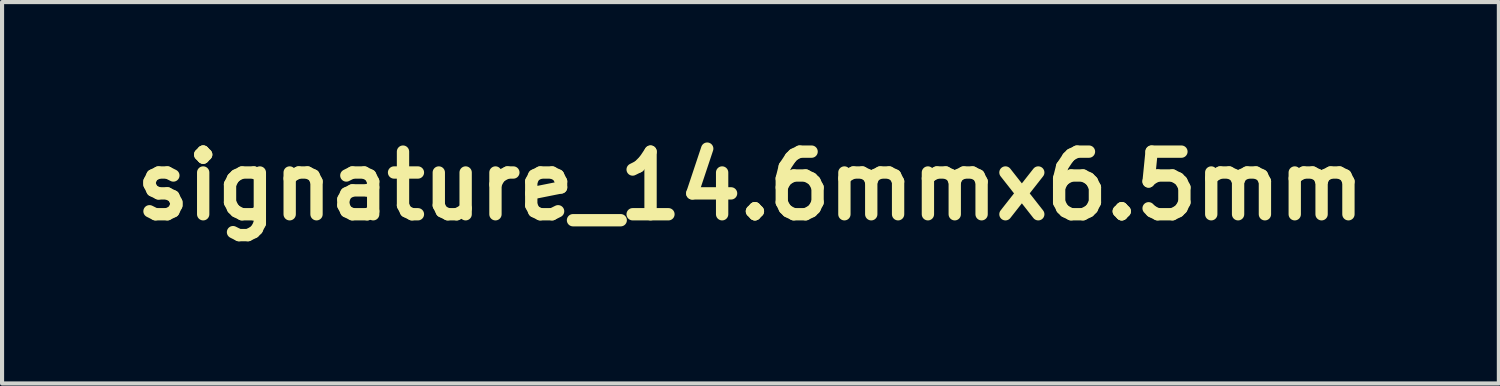
<source format=kicad_pcb>
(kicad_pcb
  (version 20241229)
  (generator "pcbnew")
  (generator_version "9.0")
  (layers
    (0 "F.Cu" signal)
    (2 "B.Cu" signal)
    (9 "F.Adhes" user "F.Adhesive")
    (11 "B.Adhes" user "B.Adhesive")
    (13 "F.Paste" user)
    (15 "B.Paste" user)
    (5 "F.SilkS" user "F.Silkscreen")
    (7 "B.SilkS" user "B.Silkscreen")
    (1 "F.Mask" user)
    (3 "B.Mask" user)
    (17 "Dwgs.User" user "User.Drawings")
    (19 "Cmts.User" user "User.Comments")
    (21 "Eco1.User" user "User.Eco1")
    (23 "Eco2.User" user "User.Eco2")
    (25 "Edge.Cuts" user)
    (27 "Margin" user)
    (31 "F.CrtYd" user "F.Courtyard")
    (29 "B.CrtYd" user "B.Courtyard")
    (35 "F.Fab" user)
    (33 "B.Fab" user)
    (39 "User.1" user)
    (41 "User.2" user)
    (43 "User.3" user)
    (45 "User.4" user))
  (footprint "signature_14.6mmx6.5mm"
    (layer "F.Cu")
    (at 15.211 1.474)
    (property "Reference" "signature_14.6mmx6.5mm" (at 0 0 0) (layer "F.SilkS") (effects (font (size 1.524 1.524) (thickness 0.3))))
    (attr through_hole)
    (fp_poly (pts (xy -2.731 0.794) (xy -2.737 0.8) (xy -2.743 0.794) (xy -2.737 0.787) (xy -2.731 0.794)) (stroke (width 0.01) (type solid)) (fill no) (layer "Eco2.User"))
    (fp_poly (pts (xy -2.603 0.78) (xy -2.611 0.796) (xy -2.623 0.808) (xy -2.637 0.819) (xy -2.642 0.815) (xy -2.633 0.798) (xy -2.623 0.787) (xy -2.607 0.778) (xy -2.603 0.78)) (stroke (width 0.01) (type solid)) (fill no) (layer "Eco2.User"))
    (fp_poly (pts (xy -1.006 -0.748) (xy -0.999 -0.731) (xy -0.994 -0.707) (xy -0.999 -0.688) (xy -1.02 -0.666) (xy -1.033 -0.655) (xy -1.06 -0.63) (xy -1.077 -0.61) (xy -1.08 -0.604) (xy -1.087 -0.588) (xy -1.107 -0.564) (xy -1.11 -0.56) (xy -1.158 -0.509) (xy -1.193 -0.471) (xy -1.218 -0.442) (xy -1.238 -0.417) (xy -1.249 -0.404) (xy -1.275 -0.372) (xy -1.31 -0.331) (xy -1.34 -0.298) (xy -1.374 -0.261) (xy -1.401 -0.226) (xy -1.417 -0.203) (xy -1.432 -0.182) (xy -1.463 -0.148) (xy -1.504 -0.105) (xy -1.552 -0.057) (xy -1.602 -0.008) (xy -1.65 0.037) (xy -1.693 0.076) (xy -1.725 0.102) (xy -1.727 0.104) (xy -1.758 0.129) (xy -1.799 0.164) (xy -1.842 0.203) (xy -1.848 0.209) (xy -1.89 0.248) (xy -1.932 0.283) (xy -1.965 0.309) (xy -1.968 0.312) (xy -2.012 0.342) (xy -2.041 0.366) (xy -2.061 0.391) (xy -2.079 0.422) (xy -2.084 0.431) (xy -2.095 0.456) (xy -2.104 0.485) (xy -2.111 0.522) (xy -2.116 0.572) (xy -2.12 0.641) (xy -2.122 0.678) (xy -2.128 0.786) (xy -2.136 0.871) (xy -2.144 0.936) (xy -2.154 0.982) (xy -2.166 1.014) (xy -2.172 1.024) (xy -2.201 1.056) (xy -2.237 1.091) (xy -2.275 1.125) (xy -2.308 1.15) (xy -2.33 1.163) (xy -2.353 1.172) (xy -2.391 1.189) (xy -2.439 1.211) (xy -2.459 1.221) (xy -2.548 1.259) (xy -2.634 1.289) (xy -2.713 1.31) (xy -2.781 1.319) (xy -2.833 1.316) (xy -2.845 1.313) (xy -2.903 1.288) (xy -2.955 1.259) (xy -2.992 1.229) (xy -2.998 1.222) (xy -3.016 1.179) (xy -3.015 1.155) (xy -2.972 1.155) (xy -2.97 1.195) (xy -2.962 1.218) (xy -2.945 1.233) (xy -2.937 1.237) (xy -2.893 1.255) (xy -2.859 1.251) (xy -2.839 1.237) (xy -2.823 1.217) (xy -2.824 1.199) (xy -2.843 1.176) (xy -2.85 1.169) (xy -2.877 1.128) (xy -2.885 1.095) (xy -2.894 1.059) (xy -2.91 1.045) (xy -2.929 1.048) (xy -2.948 1.067) (xy -2.963 1.099) (xy -2.971 1.141) (xy -2.972 1.155) (xy -3.015 1.155) (xy -3.014 1.126) (xy -2.992 1.065) (xy -2.951 0.999) (xy -2.919 0.959) (xy -2.872 0.906) (xy -2.839 0.87) (xy -2.817 0.848) (xy -2.803 0.836) (xy -2.794 0.833) (xy -2.786 0.836) (xy -2.781 0.839) (xy -2.77 0.849) (xy -2.782 0.856) (xy -2.788 0.858) (xy -2.807 0.872) (xy -2.826 0.896) (xy -2.84 0.924) (xy -2.843 0.944) (xy -2.841 0.948) (xy -2.824 0.948) (xy -2.797 0.933) (xy -2.765 0.907) (xy -2.744 0.886) (xy -2.715 0.859) (xy -2.696 0.854) (xy -2.69 0.868) (xy -2.698 0.9) (xy -2.71 0.925) (xy -2.73 0.971) (xy -2.752 1.026) (xy -2.771 1.083) (xy -2.786 1.134) (xy -2.793 1.172) (xy -2.794 1.18) (xy -2.792 1.195) (xy -2.782 1.204) (xy -2.76 1.208) (xy -2.72 1.209) (xy -2.681 1.208) (xy -2.641 1.201) (xy -2.588 1.184) (xy -2.529 1.16) (xy -2.471 1.131) (xy -2.419 1.102) (xy -2.381 1.074) (xy -2.366 1.059) (xy -2.344 1.03) (xy -2.314 0.993) (xy -2.299 0.975) (xy -2.254 0.923) (xy -2.25 0.754) (xy -2.249 0.684) (xy -2.249 0.636) (xy -2.251 0.605) (xy -2.256 0.587) (xy -2.263 0.578) (xy -2.267 0.576) (xy -2.292 0.579) (xy -2.311 0.594) (xy -2.34 0.614) (xy -2.378 0.627) (xy -2.378 0.627) (xy -2.416 0.642) (xy -2.453 0.669) (xy -2.458 0.674) (xy -2.487 0.699) (xy -2.523 0.725) (xy -2.56 0.747) (xy -2.588 0.76) (xy -2.597 0.762) (xy -2.602 0.751) (xy -2.603 0.731) (xy -2.607 0.708) (xy -2.622 0.706) (xy -2.626 0.708) (xy -2.651 0.725) (xy -2.665 0.739) (xy -2.69 0.758) (xy -2.709 0.762) (xy -2.724 0.76) (xy -2.725 0.753) (xy -2.709 0.735) (xy -2.695 0.721) (xy -2.661 0.686) (xy -2.622 0.645) (xy -2.604 0.625) (xy -2.576 0.596) (xy -2.555 0.577) (xy -2.546 0.572) (xy -2.534 0.564) (xy -2.507 0.543) (xy -2.47 0.514) (xy -2.455 0.501) (xy -2.413 0.467) (xy -2.374 0.438) (xy -2.346 0.421) (xy -2.341 0.418) (xy -2.314 0.398) (xy -2.298 0.374) (xy -2.292 0.341) (xy -2.288 0.289) (xy -2.288 0.222) (xy -2.291 0.147) (xy -2.296 0.069) (xy -2.297 0.064) (xy -2.302 0.019) (xy -2.309 -0.007) (xy -2.319 -0.019) (xy -2.335 -0.023) (xy -2.368 -0.017) (xy -2.393 -0.001) (xy -2.423 0.017) (xy -2.469 0.032) (xy -2.521 0.042) (xy -2.568 0.046) (xy -2.597 0.043) (xy -2.623 0.029) (xy -2.655 0.006) (xy -2.664 -0.002) (xy -2.696 -0.024) (xy -2.723 -0.037) (xy -2.73 -0.038) (xy -2.755 -0.048) (xy -2.778 -0.071) (xy -2.793 -0.1) (xy -2.795 -0.124) (xy -2.793 -0.128) (xy -2.787 -0.15) (xy -2.783 -0.188) (xy -2.781 -0.223) (xy -2.777 -0.281) (xy -2.765 -0.321) (xy -2.762 -0.327) (xy -2.733 -0.35) (xy -2.696 -0.355) (xy -2.672 -0.346) (xy -2.655 -0.322) (xy -2.641 -0.283) (xy -2.635 -0.238) (xy -2.636 -0.205) (xy -2.638 -0.163) (xy -2.631 -0.125) (xy -2.63 -0.124) (xy -2.618 -0.101) (xy -2.598 -0.091) (xy -2.565 -0.089) (xy -2.513 -0.097) (xy -2.46 -0.119) (xy -2.412 -0.15) (xy -2.374 -0.186) (xy -2.352 -0.224) (xy -2.349 -0.242) (xy -2.34 -0.29) (xy -2.312 -0.32) (xy -2.271 -0.333) (xy -2.237 -0.334) (xy -2.214 -0.332) (xy -2.211 -0.331) (xy -2.196 -0.309) (xy -2.185 -0.272) (xy -2.179 -0.23) (xy -2.18 -0.198) (xy -2.182 -0.172) (xy -2.18 -0.138) (xy -2.173 -0.091) (xy -2.161 -0.028) (xy -2.143 0.055) (xy -2.133 0.099) (xy -2.125 0.141) (xy -2.121 0.178) (xy -2.121 0.185) (xy -2.114 0.215) (xy -2.094 0.223) (xy -2.061 0.21) (xy -2.027 0.186) (xy -1.994 0.161) (xy -1.969 0.144) (xy -1.959 0.14) (xy -1.945 0.13) (xy -1.924 0.107) (xy -1.919 0.101) (xy -1.891 0.071) (xy -1.859 0.049) (xy -1.856 0.048) (xy -1.825 0.028) (xy -1.776 -0.01) (xy -1.712 -0.065) (xy -1.633 -0.138) (xy -1.54 -0.228) (xy -1.433 -0.334) (xy -1.413 -0.353) (xy -1.34 -0.427) (xy -1.283 -0.487) (xy -1.24 -0.535) (xy -1.207 -0.575) (xy -1.182 -0.611) (xy -1.163 -0.644) (xy -1.162 -0.645) (xy -1.126 -0.707) (xy -1.09 -0.748) (xy -1.057 -0.77) (xy -1.029 -0.77) (xy -1.006 -0.748)) (stroke (width 0.01) (type solid)) (fill no) (layer "Eco2.User"))
    (fp_poly (pts (xy -4.592 -1.205) (xy -4.563 -1.196) (xy -4.538 -1.176) (xy -4.511 -1.145) (xy -4.507 -1.14) (xy -4.486 -1.112) (xy -4.472 -1.094) (xy -4.47 -1.092) (xy -4.459 -1.078) (xy -4.443 -1.049) (xy -4.433 -1.031) (xy -4.421 -1.005) (xy -4.414 -0.979) (xy -4.41 -0.947) (xy -4.409 -0.904) (xy -4.41 -0.843) (xy -4.411 -0.828) (xy -4.415 -0.761) (xy -4.42 -0.698) (xy -4.425 -0.645) (xy -4.43 -0.616) (xy -4.445 -0.547) (xy -4.456 -0.498) (xy -4.465 -0.463) (xy -4.474 -0.437) (xy -4.483 -0.415) (xy -4.487 -0.407) (xy -4.502 -0.372) (xy -4.508 -0.344) (xy -4.509 -0.341) (xy -4.513 -0.317) (xy -4.525 -0.279) (xy -4.534 -0.254) (xy -4.549 -0.209) (xy -4.558 -0.168) (xy -4.559 -0.151) (xy -4.567 -0.112) (xy -4.585 -0.08) (xy -4.603 -0.043) (xy -4.61 -0.005) (xy -4.607 0.025) (xy -4.596 0.037) (xy -4.581 0.038) (xy -4.555 0.032) (xy -4.517 0.014) (xy -4.483 -0.006) (xy -4.437 -0.034) (xy -4.394 -0.061) (xy -4.369 -0.076) (xy -4.328 -0.1) (xy -4.289 -0.125) (xy -4.286 -0.127) (xy -4.251 -0.148) (xy -4.22 -0.164) (xy -4.219 -0.165) (xy -4.194 -0.182) (xy -4.183 -0.197) (xy -4.166 -0.213) (xy -4.151 -0.216) (xy -4.129 -0.224) (xy -4.097 -0.245) (xy -4.073 -0.264) (xy -4.029 -0.302) (xy -3.981 -0.341) (xy -3.962 -0.356) (xy -3.927 -0.384) (xy -3.899 -0.41) (xy -3.889 -0.422) (xy -3.86 -0.442) (xy -3.823 -0.442) (xy -3.784 -0.422) (xy -3.765 -0.406) (xy -3.73 -0.378) (xy -3.702 -0.373) (xy -3.671 -0.371) (xy -3.656 -0.364) (xy -3.631 -0.338) (xy -3.606 -0.3) (xy -3.588 -0.262) (xy -3.581 -0.234) (xy -3.574 -0.207) (xy -3.554 -0.168) (xy -3.528 -0.126) (xy -3.499 -0.089) (xy -3.482 -0.072) (xy -3.456 -0.056) (xy -3.422 -0.054) (xy -3.407 -0.056) (xy -3.36 -0.065) (xy -3.332 -0.075) (xy -3.319 -0.091) (xy -3.317 -0.106) (xy -3.153 -0.106) (xy -3.144 -0.102) (xy -3.136 -0.102) (xy -3.111 -0.112) (xy -3.099 -0.126) (xy -3.088 -0.158) (xy -3.088 -0.187) (xy -3.098 -0.202) (xy -3.103 -0.203) (xy -3.118 -0.192) (xy -3.135 -0.165) (xy -3.14 -0.152) (xy -3.152 -0.121) (xy -3.153 -0.106) (xy -3.317 -0.106) (xy -3.315 -0.12) (xy -3.314 -0.156) (xy -3.306 -0.236) (xy -3.284 -0.299) (xy -3.249 -0.345) (xy -3.225 -0.36) (xy -3.183 -0.377) (xy -3.147 -0.379) (xy -3.104 -0.366) (xy -3.096 -0.362) (xy -3.061 -0.341) (xy -3.045 -0.311) (xy -3.044 -0.305) (xy -3.034 -0.278) (xy -3.022 -0.267) (xy -3.021 -0.267) (xy -2.998 -0.255) (xy -2.981 -0.222) (xy -2.973 -0.173) (xy -2.972 -0.156) (xy -2.974 -0.116) (xy -2.98 -0.094) (xy -2.994 -0.084) (xy -2.997 -0.083) (xy -3.018 -0.072) (xy -3.023 -0.064) (xy -3.033 -0.053) (xy -3.059 -0.039) (xy -3.064 -0.037) (xy -3.106 -0.014) (xy -3.124 0.012) (xy -3.116 0.042) (xy -3.099 0.064) (xy -3.064 0.084) (xy -3.02 0.084) (xy -2.967 0.062) (xy -2.903 0.018) (xy -2.865 -0.014) (xy -2.839 -0.034) (xy -2.822 -0.043) (xy -2.819 -0.041) (xy -2.809 -0.028) (xy -2.791 -0.021) (xy -2.763 -0.014) (xy -2.794 0.015) (xy -2.825 0.042) (xy -2.86 0.068) (xy -2.893 0.089) (xy -2.915 0.101) (xy -2.919 0.102) (xy -2.934 0.11) (xy -2.956 0.131) (xy -2.959 0.133) (xy -2.98 0.151) (xy -3.003 0.161) (xy -3.039 0.165) (xy -3.069 0.165) (xy -3.115 0.164) (xy -3.145 0.158) (xy -3.168 0.145) (xy -3.194 0.12) (xy -3.194 0.12) (xy -3.218 0.096) (xy -3.239 0.083) (xy -3.263 0.079) (xy -3.302 0.082) (xy -3.317 0.084) (xy -3.399 0.086) (xy -3.466 0.072) (xy -3.525 0.041) (xy -3.573 -0.001) (xy -3.605 -0.032) (xy -3.631 -0.051) (xy -3.645 -0.057) (xy -3.646 -0.057) (xy -3.657 -0.042) (xy -3.673 -0.011) (xy -3.685 0.014) (xy -3.717 0.069) (xy -3.764 0.123) (xy -3.776 0.134) (xy -3.811 0.165) (xy -3.836 0.181) (xy -3.861 0.188) (xy -3.894 0.187) (xy -3.91 0.186) (xy -3.955 0.18) (xy -3.984 0.168) (xy -4.008 0.147) (xy -4.016 0.138) (xy -4.036 0.112) (xy -4.046 0.085) (xy -4.051 0.049) (xy -4.051 0.01) (xy -4.051 -0.004) (xy -3.909 -0.004) (xy -3.906 0.022) (xy -3.905 0.026) (xy -3.887 0.036) (xy -3.858 0.037) (xy -3.832 0.03) (xy -3.829 0.028) (xy -3.815 0.013) (xy -3.794 -0.016) (xy -3.783 -0.032) (xy -3.762 -0.074) (xy -3.748 -0.124) (xy -3.74 -0.177) (xy -3.738 -0.227) (xy -3.743 -0.269) (xy -3.756 -0.296) (xy -3.772 -0.305) (xy -3.797 -0.295) (xy -3.829 -0.272) (xy -3.86 -0.241) (xy -3.883 -0.208) (xy -3.884 -0.208) (xy -3.891 -0.183) (xy -3.898 -0.143) (xy -3.904 -0.095) (xy -3.908 -0.046) (xy -3.909 -0.004) (xy -4.051 -0.004) (xy -4.051 -0.076) (xy -4.089 -0.076) (xy -4.116 -0.073) (xy -4.127 -0.064) (xy -4.128 -0.064) (xy -4.138 -0.054) (xy -4.168 -0.035) (xy -4.211 -0.011) (xy -4.265 0.017) (xy -4.274 0.022) (xy -4.335 0.053) (xy -4.393 0.082) (xy -4.442 0.107) (xy -4.474 0.123) (xy -4.519 0.143) (xy -4.566 0.158) (xy -4.578 0.16) (xy -4.615 0.175) (xy -4.655 0.201) (xy -4.691 0.234) (xy -4.716 0.268) (xy -4.724 0.294) (xy -4.73 0.318) (xy -4.746 0.358) (xy -4.769 0.41) (xy -4.797 0.466) (xy -4.826 0.522) (xy -4.854 0.573) (xy -4.878 0.611) (xy -4.892 0.629) (xy -4.922 0.665) (xy -4.954 0.707) (xy -4.962 0.72) (xy -4.986 0.753) (xy -5.02 0.799) (xy -5.059 0.849) (xy -5.077 0.872) (xy -5.117 0.921) (xy -5.155 0.969) (xy -5.187 1.009) (xy -5.198 1.022) (xy -5.224 1.052) (xy -5.26 1.091) (xy -5.302 1.135) (xy -5.347 1.18) (xy -5.391 1.222) (xy -5.43 1.258) (xy -5.459 1.283) (xy -5.476 1.295) (xy -5.477 1.295) (xy -5.493 1.303) (xy -5.52 1.323) (xy -5.533 1.334) (xy -5.565 1.357) (xy -5.608 1.385) (xy -5.657 1.412) (xy -5.705 1.436) (xy -5.745 1.454) (xy -5.771 1.46) (xy -5.772 1.46) (xy -5.792 1.466) (xy -5.828 1.479) (xy -5.873 1.499) (xy -5.887 1.505) (xy -5.957 1.533) (xy -6.011 1.547) (xy -6.053 1.545) (xy -6.068 1.541) (xy -6.085 1.526) (xy -6.102 1.5) (xy -6.12 1.465) (xy -6.025 1.449) (xy -5.957 1.433) (xy -5.878 1.405) (xy -5.784 1.364) (xy -5.772 1.359) (xy -5.714 1.331) (xy -5.666 1.306) (xy -5.631 1.287) (xy -5.614 1.275) (xy -5.613 1.274) (xy -5.604 1.255) (xy -5.58 1.227) (xy -5.547 1.194) (xy -5.511 1.164) (xy -5.478 1.141) (xy -5.469 1.136) (xy -5.429 1.113) (xy -5.387 1.081) (xy -5.368 1.064) (xy -5.339 1.038) (xy -5.318 1.02) (xy -5.311 1.016) (xy -5.299 1.007) (xy -5.276 0.983) (xy -5.248 0.949) (xy -5.218 0.912) (xy -5.192 0.876) (xy -5.185 0.866) (xy -5.155 0.826) (xy -5.121 0.784) (xy -5.112 0.775) (xy -5.084 0.74) (xy -5.053 0.693) (xy -5.025 0.644) (xy -5.002 0.6) (xy -4.982 0.565) (xy -4.97 0.544) (xy -4.969 0.542) (xy -4.955 0.516) (xy -4.947 0.483) (xy -4.944 0.454) (xy -4.947 0.444) (xy -4.963 0.441) (xy -4.997 0.454) (xy -5.048 0.484) (xy -5.075 0.502) (xy -5.108 0.521) (xy -5.136 0.533) (xy -5.142 0.534) (xy -5.165 0.539) (xy -5.199 0.554) (xy -5.215 0.562) (xy -5.248 0.58) (xy -5.297 0.606) (xy -5.353 0.635) (xy -5.394 0.657) (xy -5.448 0.685) (xy -5.494 0.712) (xy -5.528 0.733) (xy -5.543 0.744) (xy -5.563 0.763) (xy -5.593 0.786) (xy -5.635 0.817) (xy -5.693 0.858) (xy -5.728 0.881) (xy -5.772 0.913) (xy -5.812 0.945) (xy -5.839 0.969) (xy -5.841 0.971) (xy -5.864 0.992) (xy -5.88 1.003) (xy -5.881 1.003) (xy -5.898 1.012) (xy -5.933 1.04) (xy -5.982 1.084) (xy -6.047 1.145) (xy -6.072 1.168) (xy -6.116 1.212) (xy -6.146 1.245) (xy -6.163 1.271) (xy -6.173 1.296) (xy -6.179 1.325) (xy -6.182 1.373) (xy -6.175 1.399) (xy -6.174 1.4) (xy -6.16 1.425) (xy -6.171 1.443) (xy -6.194 1.452) (xy -6.232 1.45) (xy -6.257 1.427) (xy -6.265 1.385) (xy -6.265 1.385) (xy -6.26 1.345) (xy -6.244 1.302) (xy -6.215 1.255) (xy -6.171 1.199) (xy -6.11 1.134) (xy -6.031 1.056) (xy -6.028 1.053) (xy -5.932 0.963) (xy -5.845 0.885) (xy -5.768 0.82) (xy -5.704 0.769) (xy -5.654 0.735) (xy -5.639 0.727) (xy -5.612 0.709) (xy -5.577 0.681) (xy -5.545 0.654) (xy -5.511 0.624) (xy -5.483 0.604) (xy -5.468 0.597) (xy -5.445 0.588) (xy -5.413 0.567) (xy -5.38 0.539) (xy -5.355 0.51) (xy -5.35 0.501) (xy -5.332 0.479) (xy -5.303 0.47) (xy -5.286 0.47) (xy -5.247 0.463) (xy -5.208 0.442) (xy -5.188 0.426) (xy -5.137 0.382) (xy -5.247 0.381) (xy -5.311 0.379) (xy -5.354 0.373) (xy -5.375 0.365) (xy -5.396 0.35) (xy -5.43 0.33) (xy -5.454 0.317) (xy -5.492 0.295) (xy -5.52 0.272) (xy -5.54 0.244) (xy -5.552 0.207) (xy -5.559 0.157) (xy -5.56 0.09) (xy -5.56 0.038) (xy -5.459 0.038) (xy -5.456 0.096) (xy -5.447 0.14) (xy -5.43 0.175) (xy -5.403 0.208) (xy -5.379 0.231) (xy -5.345 0.26) (xy -5.313 0.277) (xy -5.277 0.285) (xy -5.233 0.284) (xy -5.173 0.274) (xy -5.124 0.264) (xy -5.082 0.25) (xy -5.045 0.233) (xy -5.034 0.225) (xy -5.009 0.21) (xy -4.967 0.192) (xy -4.918 0.173) (xy -4.909 0.171) (xy -4.825 0.141) (xy -4.763 0.114) (xy -4.721 0.086) (xy -4.697 0.058) (xy -4.695 0.054) (xy -4.68 0.017) (xy -4.66 -0.042) (xy -4.636 -0.12) (xy -4.609 -0.215) (xy -4.604 -0.235) (xy -4.589 -0.284) (xy -4.574 -0.329) (xy -4.565 -0.353) (xy -4.552 -0.388) (xy -4.547 -0.418) (xy -4.547 -0.419) (xy -4.543 -0.446) (xy -4.533 -0.484) (xy -4.528 -0.499) (xy -4.519 -0.535) (xy -4.509 -0.588) (xy -4.501 -0.651) (xy -4.497 -0.693) (xy -4.491 -0.799) (xy -4.495 -0.884) (xy -4.509 -0.955) (xy -4.534 -1.014) (xy -4.566 -1.06) (xy -4.595 -1.093) (xy -4.616 -1.11) (xy -4.636 -1.115) (xy -4.66 -1.113) (xy -4.789 -1.088) (xy -4.898 -1.053) (xy -4.99 -1.005) (xy -5.07 -0.942) (xy -5.141 -0.861) (xy -5.195 -0.781) (xy -5.228 -0.726) (xy -5.263 -0.668) (xy -5.293 -0.619) (xy -5.293 -0.619) (xy -5.317 -0.581) (xy -5.337 -0.552) (xy -5.348 -0.539) (xy -5.357 -0.522) (xy -5.359 -0.5) (xy -5.366 -0.466) (xy -5.379 -0.439) (xy -5.407 -0.381) (xy -5.429 -0.301) (xy -5.445 -0.199) (xy -5.455 -0.074) (xy -5.457 -0.039) (xy -5.459 0.038) (xy -5.56 0.038) (xy -5.559 0.002) (xy -5.559 -0.006) (xy -5.556 -0.093) (xy -5.552 -0.162) (xy -5.545 -0.219) (xy -5.536 -0.271) (xy -5.522 -0.325) (xy -5.521 -0.33) (xy -5.504 -0.393) (xy -5.487 -0.456) (xy -5.473 -0.509) (xy -5.469 -0.525) (xy -5.442 -0.597) (xy -5.401 -0.677) (xy -5.348 -0.756) (xy -5.291 -0.827) (xy -5.277 -0.843) (xy -5.234 -0.887) (xy -5.19 -0.935) (xy -5.161 -0.968) (xy -5.113 -1.017) (xy -5.059 -1.056) (xy -4.991 -1.093) (xy -4.978 -1.099) (xy -4.936 -1.119) (xy -4.891 -1.141) (xy -4.885 -1.144) (xy -4.847 -1.16) (xy -4.812 -1.168) (xy -4.805 -1.168) (xy -4.771 -1.174) (xy -4.737 -1.187) (xy -4.694 -1.202) (xy -4.641 -1.208) (xy -4.592 -1.205)) (stroke (width 0.01) (type solid)) (fill no) (layer "Eco2.User"))
    (fp_poly (pts (xy 0.669 -1.468) (xy 0.682 -1.455) (xy 0.684 -1.428) (xy 0.682 -1.415) (xy 0.681 -1.375) (xy 0.688 -1.341) (xy 0.688 -1.339) (xy 0.696 -1.31) (xy 0.686 -1.289) (xy 0.678 -1.274) (xy 0.676 -1.25) (xy 0.68 -1.211) (xy 0.686 -1.171) (xy 0.694 -1.119) (xy 0.696 -1.082) (xy 0.692 -1.05) (xy 0.681 -1.012) (xy 0.673 -0.99) (xy 0.656 -0.944) (xy 0.639 -0.905) (xy 0.627 -0.883) (xy 0.616 -0.858) (xy 0.61 -0.828) (xy 0.61 -0.801) (xy 0.617 -0.788) (xy 0.619 -0.788) (xy 0.641 -0.799) (xy 0.676 -0.832) (xy 0.723 -0.885) (xy 0.743 -0.908) (xy 0.785 -0.958) (xy 0.833 -1.013) (xy 0.871 -1.054) (xy 0.907 -1.096) (xy 0.938 -1.136) (xy 0.958 -1.168) (xy 0.959 -1.168) (xy 0.994 -1.219) (xy 1.032 -1.246) (xy 1.07 -1.248) (xy 1.091 -1.246) (xy 1.101 -1.252) (xy 1.105 -1.275) (xy 1.105 -1.301) (xy 1.106 -1.336) (xy 1.11 -1.351) (xy 1.121 -1.351) (xy 1.13 -1.346) (xy 1.151 -1.328) (xy 1.156 -1.313) (xy 1.164 -1.289) (xy 1.176 -1.273) (xy 1.187 -1.256) (xy 1.191 -1.231) (xy 1.187 -1.19) (xy 1.186 -1.182) (xy 1.177 -1.108) (xy 1.175 -1.049) (xy 1.178 -1.008) (xy 1.188 -0.988) (xy 1.194 -0.987) (xy 1.253 -1.003) (xy 1.307 -1.035) (xy 1.34 -1.07) (xy 1.369 -1.106) (xy 1.401 -1.137) (xy 1.406 -1.141) (xy 1.427 -1.159) (xy 1.428 -1.167) (xy 1.419 -1.168) (xy 1.4 -1.175) (xy 1.399 -1.191) (xy 1.414 -1.206) (xy 1.427 -1.211) (xy 1.454 -1.224) (xy 1.49 -1.246) (xy 1.505 -1.257) (xy 1.536 -1.28) (xy 1.562 -1.293) (xy 1.57 -1.295) (xy 1.586 -1.303) (xy 1.587 -1.309) (xy 1.598 -1.322) (xy 1.625 -1.337) (xy 1.635 -1.342) (xy 1.667 -1.358) (xy 1.688 -1.372) (xy 1.691 -1.375) (xy 1.706 -1.379) (xy 1.733 -1.372) (xy 1.761 -1.36) (xy 1.78 -1.344) (xy 1.782 -1.34) (xy 1.783 -1.318) (xy 1.779 -1.278) (xy 1.77 -1.228) (xy 1.758 -1.176) (xy 1.745 -1.128) (xy 1.732 -1.091) (xy 1.73 -1.086) (xy 1.715 -1.047) (xy 1.701 -0.995) (xy 1.689 -0.94) (xy 1.689 -0.94) (xy 1.677 -0.887) (xy 1.663 -0.84) (xy 1.649 -0.808) (xy 1.649 -0.806) (xy 1.632 -0.768) (xy 1.626 -0.73) (xy 1.62 -0.693) (xy 1.607 -0.666) (xy 1.592 -0.641) (xy 1.588 -0.627) (xy 1.583 -0.61) (xy 1.569 -0.576) (xy 1.55 -0.53) (xy 1.527 -0.479) (xy 1.504 -0.429) (xy 1.482 -0.384) (xy 1.466 -0.354) (xy 1.452 -0.315) (xy 1.448 -0.283) (xy 1.444 -0.25) (xy 1.433 -0.205) (xy 1.424 -0.175) (xy 1.407 -0.105) (xy 1.404 -0.031) (xy 1.405 -0.024) (xy 1.41 0.037) (xy 1.417 0.08) (xy 1.428 0.114) (xy 1.446 0.147) (xy 1.467 0.178) (xy 1.491 0.214) (xy 1.507 0.242) (xy 1.511 0.254) (xy 1.522 0.267) (xy 1.548 0.274) (xy 1.579 0.274) (xy 1.599 0.268) (xy 1.626 0.249) (xy 1.657 0.224) (xy 1.659 0.222) (xy 1.675 0.205) (xy 1.686 0.187) (xy 1.693 0.162) (xy 1.698 0.123) (xy 1.703 0.066) (xy 1.703 0.053) (xy 1.708 -0.009) (xy 1.709 -0.036) (xy 1.847 -0.036) (xy 1.858 -0.015) (xy 1.876 -0.013) (xy 1.896 -0.033) (xy 1.903 -0.045) (xy 1.916 -0.09) (xy 1.914 -0.129) (xy 1.901 -0.151) (xy 1.883 -0.153) (xy 1.867 -0.131) (xy 1.852 -0.086) (xy 1.848 -0.072) (xy 1.847 -0.036) (xy 1.709 -0.036) (xy 1.711 -0.067) (xy 1.713 -0.114) (xy 1.714 -0.133) (xy 1.726 -0.184) (xy 1.757 -0.233) (xy 1.801 -0.276) (xy 1.852 -0.306) (xy 1.902 -0.317) (xy 1.904 -0.317) (xy 1.943 -0.311) (xy 1.975 -0.297) (xy 1.993 -0.279) (xy 1.994 -0.273) (xy 2 -0.258) (xy 2.016 -0.228) (xy 2.032 -0.201) (xy 2.06 -0.138) (xy 2.071 -0.074) (xy 2.064 -0.014) (xy 2.047 0.023) (xy 2.025 0.061) (xy 2.007 0.095) (xy 1.986 0.132) (xy 1.964 0.161) (xy 1.946 0.192) (xy 1.952 0.214) (xy 1.98 0.227) (xy 2.007 0.229) (xy 2.048 0.225) (xy 2.084 0.214) (xy 2.124 0.19) (xy 2.162 0.161) (xy 2.193 0.132) (xy 2.207 0.105) (xy 2.21 0.079) (xy 2.209 0.057) (xy 2.349 0.057) (xy 2.356 0.064) (xy 2.362 0.057) (xy 2.356 0.051) (xy 2.349 0.057) (xy 2.209 0.057) (xy 2.208 0.051) (xy 2.198 0.041) (xy 2.173 0.043) (xy 2.169 0.044) (xy 2.15 0.047) (xy 2.143 0.045) (xy 2.148 0.034) (xy 2.156 0.025) (xy 2.349 0.025) (xy 2.354 0.036) (xy 2.358 0.034) (xy 2.359 0.019) (xy 2.358 0.017) (xy 2.35 0.019) (xy 2.349 0.025) (xy 2.156 0.025) (xy 2.167 0.013) (xy 2.203 -0.023) (xy 2.213 -0.034) (xy 2.267 -0.09) (xy 2.316 -0.143) (xy 2.356 -0.19) (xy 2.385 -0.227) (xy 2.399 -0.25) (xy 2.4 -0.255) (xy 2.41 -0.266) (xy 2.417 -0.267) (xy 2.436 -0.276) (xy 2.455 -0.293) (xy 2.487 -0.315) (xy 2.52 -0.314) (xy 2.551 -0.29) (xy 2.571 -0.257) (xy 2.593 -0.22) (xy 2.617 -0.205) (xy 2.648 -0.211) (xy 2.69 -0.235) (xy 2.733 -0.257) (xy 2.781 -0.266) (xy 2.803 -0.267) (xy 2.861 -0.261) (xy 2.897 -0.242) (xy 2.914 -0.209) (xy 2.914 -0.162) (xy 2.903 -0.097) (xy 2.89 -0.039) (xy 2.875 0.004) (xy 2.863 0.025) (xy 2.851 0.05) (xy 2.841 0.085) (xy 2.837 0.121) (xy 2.838 0.149) (xy 2.843 0.158) (xy 2.858 0.157) (xy 2.88 0.14) (xy 2.911 0.105) (xy 2.913 0.101) (xy 3.171 0.101) (xy 3.176 0.133) (xy 3.189 0.151) (xy 3.196 0.152) (xy 3.219 0.146) (xy 3.245 0.132) (xy 3.268 0.114) (xy 3.277 0.1) (xy 3.285 0.083) (xy 3.304 0.058) (xy 3.308 0.054) (xy 3.329 0.028) (xy 3.34 0.008) (xy 3.34 0.006) (xy 3.345 -0.013) (xy 3.359 -0.044) (xy 3.365 -0.056) (xy 3.379 -0.098) (xy 3.379 -0.135) (xy 3.363 -0.158) (xy 3.356 -0.162) (xy 3.341 -0.155) (xy 3.316 -0.133) (xy 3.285 -0.1) (xy 3.251 -0.061) (xy 3.22 -0.021) (xy 3.196 0.015) (xy 3.189 0.025) (xy 3.176 0.063) (xy 3.171 0.101) (xy 2.913 0.101) (xy 2.931 0.078) (xy 2.955 0.048) (xy 2.976 0.026) (xy 2.981 0.022) (xy 2.996 0.005) (xy 2.997 -0.001) (xy 3.006 -0.021) (xy 3.028 -0.052) (xy 3.06 -0.09) (xy 3.096 -0.13) (xy 3.133 -0.167) (xy 3.161 -0.191) (xy 3.236 -0.249) (xy 3.296 -0.289) (xy 3.342 -0.315) (xy 3.376 -0.327) (xy 3.393 -0.328) (xy 3.422 -0.329) (xy 3.446 -0.343) (xy 3.466 -0.371) (xy 3.485 -0.416) (xy 3.504 -0.483) (xy 3.512 -0.519) (xy 3.53 -0.588) (xy 3.55 -0.658) (xy 3.57 -0.72) (xy 3.583 -0.754) (xy 3.601 -0.799) (xy 3.614 -0.838) (xy 3.619 -0.861) (xy 3.62 -0.862) (xy 3.626 -0.886) (xy 3.642 -0.918) (xy 3.645 -0.925) (xy 3.663 -0.965) (xy 3.676 -1.013) (xy 3.679 -1.026) (xy 3.692 -1.081) (xy 3.714 -1.13) (xy 3.742 -1.169) (xy 3.772 -1.191) (xy 3.785 -1.193) (xy 3.815 -1.199) (xy 3.832 -1.208) (xy 3.846 -1.212) (xy 3.864 -1.194) (xy 3.868 -1.189) (xy 3.875 -1.178) (xy 3.88 -1.168) (xy 3.882 -1.157) (xy 3.88 -1.14) (xy 3.872 -1.115) (xy 3.859 -1.078) (xy 3.839 -1.026) (xy 3.811 -0.955) (xy 3.792 -0.908) (xy 3.776 -0.876) (xy 3.751 -0.835) (xy 3.736 -0.812) (xy 3.715 -0.78) (xy 3.691 -0.734) (xy 3.665 -0.683) (xy 3.64 -0.631) (xy 3.621 -0.585) (xy 3.609 -0.551) (xy 3.606 -0.54) (xy 3.601 -0.522) (xy 3.587 -0.49) (xy 3.574 -0.464) (xy 3.55 -0.401) (xy 3.534 -0.32) (xy 3.53 -0.286) (xy 3.521 -0.21) (xy 3.511 -0.153) (xy 3.498 -0.107) (xy 3.481 -0.063) (xy 3.48 -0.061) (xy 3.47 -0.022) (xy 3.471 0.037) (xy 3.473 0.056) (xy 3.48 0.106) (xy 3.493 0.133) (xy 3.515 0.141) (xy 3.552 0.131) (xy 3.579 0.119) (xy 3.623 0.096) (xy 3.65 0.072) (xy 3.668 0.04) (xy 3.68 -0.008) (xy 3.684 -0.03) (xy 3.694 -0.079) (xy 3.706 -0.122) (xy 3.707 -0.125) (xy 3.835 -0.125) (xy 3.84 -0.105) (xy 3.854 -0.106) (xy 3.876 -0.123) (xy 3.891 -0.144) (xy 3.899 -0.169) (xy 3.897 -0.187) (xy 3.89 -0.191) (xy 3.87 -0.181) (xy 3.849 -0.158) (xy 3.836 -0.132) (xy 3.835 -0.125) (xy 3.707 -0.125) (xy 3.716 -0.149) (xy 3.717 -0.149) (xy 3.73 -0.181) (xy 3.734 -0.203) (xy 3.745 -0.229) (xy 3.766 -0.241) (xy 3.794 -0.261) (xy 3.809 -0.282) (xy 3.835 -0.323) (xy 3.875 -0.358) (xy 3.919 -0.38) (xy 3.933 -0.384) (xy 3.962 -0.384) (xy 3.986 -0.373) (xy 4.016 -0.346) (xy 4.021 -0.341) (xy 4.052 -0.304) (xy 4.068 -0.268) (xy 4.074 -0.232) (xy 4.08 -0.169) (xy 3.967 -0.052) (xy 3.905 0.014) (xy 3.862 0.065) (xy 3.836 0.103) (xy 3.827 0.129) (xy 3.834 0.144) (xy 3.856 0.152) (xy 3.874 0.152) (xy 3.9 0.147) (xy 3.93 0.129) (xy 3.969 0.095) (xy 3.98 0.083) (xy 4.015 0.046) (xy 4.042 0.014) (xy 4.056 -0.008) (xy 4.057 -0.01) (xy 4.069 -0.028) (xy 4.096 -0.06) (xy 4.134 -0.101) (xy 4.179 -0.148) (xy 4.228 -0.197) (xy 4.276 -0.244) (xy 4.32 -0.285) (xy 4.357 -0.317) (xy 4.382 -0.336) (xy 4.385 -0.338) (xy 4.409 -0.354) (xy 4.42 -0.368) (xy 4.42 -0.369) (xy 4.43 -0.379) (xy 4.456 -0.381) (xy 4.489 -0.376) (xy 4.52 -0.365) (xy 4.533 -0.357) (xy 4.549 -0.342) (xy 4.557 -0.326) (xy 4.559 -0.299) (xy 4.556 -0.256) (xy 4.555 -0.249) (xy 4.552 -0.204) (xy 4.552 -0.179) (xy 4.558 -0.168) (xy 4.571 -0.165) (xy 4.579 -0.165) (xy 4.609 -0.175) (xy 4.648 -0.201) (xy 4.666 -0.216) (xy 4.7 -0.244) (xy 4.73 -0.262) (xy 4.746 -0.267) (xy 4.774 -0.276) (xy 4.793 -0.291) (xy 4.827 -0.313) (xy 4.869 -0.324) (xy 4.908 -0.32) (xy 4.916 -0.317) (xy 4.945 -0.29) (xy 4.967 -0.247) (xy 4.978 -0.2) (xy 4.978 -0.191) (xy 4.973 -0.154) (xy 4.959 -0.111) (xy 4.953 -0.099) (xy 4.937 -0.059) (xy 4.928 -0.022) (xy 4.928 -0.013) (xy 4.923 0.017) (xy 4.914 0.033) (xy 4.905 0.053) (xy 4.894 0.088) (xy 4.89 0.109) (xy 4.88 0.16) (xy 4.867 0.212) (xy 4.863 0.226) (xy 4.856 0.26) (xy 4.854 0.284) (xy 4.856 0.288) (xy 4.869 0.285) (xy 4.9 0.273) (xy 4.943 0.253) (xy 4.994 0.229) (xy 5.048 0.202) (xy 5.1 0.175) (xy 5.145 0.151) (xy 5.179 0.131) (xy 5.194 0.121) (xy 5.212 0.109) (xy 5.247 0.089) (xy 5.297 0.062) (xy 5.357 0.03) (xy 5.402 0.007) (xy 5.47 -0.028) (xy 5.533 -0.062) (xy 5.588 -0.093) (xy 5.628 -0.116) (xy 5.643 -0.126) (xy 5.679 -0.148) (xy 5.729 -0.176) (xy 5.784 -0.206) (xy 5.804 -0.216) (xy 5.851 -0.24) (xy 5.89 -0.261) (xy 5.913 -0.275) (xy 5.918 -0.279) (xy 5.932 -0.289) (xy 5.962 -0.307) (xy 6.004 -0.33) (xy 6.026 -0.342) (xy 6.096 -0.379) (xy 6.15 -0.41) (xy 6.194 -0.44) (xy 6.234 -0.472) (xy 6.276 -0.511) (xy 6.302 -0.537) (xy 6.351 -0.583) (xy 6.389 -0.61) (xy 6.418 -0.62) (xy 6.442 -0.615) (xy 6.457 -0.602) (xy 6.474 -0.579) (xy 6.472 -0.559) (xy 6.448 -0.533) (xy 6.445 -0.53) (xy 6.416 -0.504) (xy 6.381 -0.47) (xy 6.366 -0.455) (xy 6.328 -0.422) (xy 6.287 -0.396) (xy 6.272 -0.388) (xy 6.241 -0.373) (xy 6.223 -0.361) (xy 6.221 -0.358) (xy 6.209 -0.349) (xy 6.178 -0.331) (xy 6.134 -0.307) (xy 6.08 -0.28) (xy 6.08 -0.28) (xy 6.027 -0.252) (xy 5.984 -0.229) (xy 5.955 -0.211) (xy 5.944 -0.202) (xy 5.944 -0.201) (xy 5.933 -0.192) (xy 5.905 -0.181) (xy 5.893 -0.178) (xy 5.858 -0.164) (xy 5.833 -0.145) (xy 5.83 -0.141) (xy 5.809 -0.12) (xy 5.782 -0.108) (xy 5.753 -0.097) (xy 5.712 -0.077) (xy 5.671 -0.053) (xy 5.62 -0.023) (xy 5.567 0.007) (xy 5.531 0.025) (xy 5.486 0.048) (xy 5.445 0.073) (xy 5.429 0.084) (xy 5.399 0.102) (xy 5.354 0.127) (xy 5.303 0.153) (xy 5.289 0.159) (xy 5.241 0.183) (xy 5.2 0.204) (xy 5.174 0.22) (xy 5.169 0.223) (xy 5.149 0.236) (xy 5.114 0.256) (xy 5.069 0.279) (xy 5.021 0.304) (xy 4.974 0.327) (xy 4.935 0.344) (xy 4.91 0.354) (xy 4.905 0.356) (xy 4.878 0.366) (xy 4.847 0.394) (xy 4.818 0.431) (xy 4.797 0.472) (xy 4.788 0.508) (xy 4.788 0.509) (xy 4.778 0.531) (xy 4.754 0.555) (xy 4.75 0.559) (xy 4.725 0.581) (xy 4.712 0.599) (xy 4.712 0.601) (xy 4.705 0.624) (xy 4.684 0.668) (xy 4.649 0.733) (xy 4.601 0.819) (xy 4.564 0.883) (xy 4.538 0.928) (xy 4.512 0.976) (xy 4.507 0.984) (xy 4.485 1.022) (xy 4.462 1.054) (xy 4.456 1.06) (xy 4.438 1.081) (xy 4.409 1.116) (xy 4.373 1.158) (xy 4.355 1.181) (xy 4.293 1.253) (xy 4.226 1.327) (xy 4.157 1.398) (xy 4.091 1.463) (xy 4.032 1.516) (xy 3.988 1.551) (xy 3.94 1.585) (xy 3.89 1.622) (xy 3.861 1.645) (xy 3.82 1.671) (xy 3.783 1.686) (xy 3.769 1.689) (xy 3.743 1.692) (xy 3.734 1.7) (xy 3.723 1.709) (xy 3.693 1.722) (xy 3.652 1.736) (xy 3.648 1.737) (xy 3.596 1.754) (xy 3.545 1.771) (xy 3.512 1.783) (xy 3.472 1.793) (xy 3.419 1.8) (xy 3.372 1.803) (xy 3.321 1.802) (xy 3.287 1.796) (xy 3.261 1.784) (xy 3.242 1.771) (xy 3.216 1.747) (xy 3.204 1.724) (xy 3.201 1.689) (xy 3.2 1.675) (xy 3.201 1.656) (xy 3.256 1.656) (xy 3.26 1.678) (xy 3.28 1.707) (xy 3.282 1.708) (xy 3.31 1.728) (xy 3.344 1.736) (xy 3.391 1.731) (xy 3.454 1.715) (xy 3.494 1.706) (xy 3.53 1.702) (xy 3.531 1.702) (xy 3.559 1.695) (xy 3.604 1.678) (xy 3.66 1.653) (xy 3.722 1.621) (xy 3.786 1.587) (xy 3.847 1.552) (xy 3.9 1.519) (xy 3.939 1.491) (xy 3.95 1.482) (xy 3.993 1.443) (xy 4.04 1.403) (xy 4.064 1.385) (xy 4.101 1.355) (xy 4.132 1.327) (xy 4.144 1.314) (xy 4.164 1.292) (xy 4.195 1.258) (xy 4.23 1.22) (xy 4.233 1.217) (xy 4.276 1.168) (xy 4.32 1.112) (xy 4.35 1.068) (xy 4.381 1.021) (xy 4.412 0.977) (xy 4.435 0.947) (xy 4.457 0.918) (xy 4.469 0.896) (xy 4.47 0.892) (xy 4.479 0.874) (xy 4.489 0.864) (xy 4.502 0.847) (xy 4.522 0.812) (xy 4.547 0.765) (xy 4.567 0.726) (xy 4.592 0.673) (xy 4.614 0.627) (xy 4.631 0.594) (xy 4.637 0.581) (xy 4.647 0.551) (xy 4.639 0.536) (xy 4.626 0.534) (xy 4.593 0.541) (xy 4.547 0.56) (xy 4.498 0.587) (xy 4.453 0.617) (xy 4.448 0.621) (xy 4.406 0.651) (xy 4.358 0.68) (xy 4.342 0.689) (xy 4.276 0.729) (xy 4.195 0.786) (xy 4.128 0.837) (xy 4.1 0.858) (xy 4.062 0.886) (xy 4.026 0.912) (xy 3.981 0.945) (xy 3.938 0.979) (xy 3.912 1.001) (xy 3.881 1.027) (xy 3.838 1.063) (xy 3.791 1.101) (xy 3.778 1.111) (xy 3.718 1.16) (xy 3.649 1.219) (xy 3.579 1.28) (xy 3.516 1.337) (xy 3.483 1.368) (xy 3.46 1.388) (xy 3.445 1.397) (xy 3.444 1.397) (xy 3.429 1.407) (xy 3.403 1.433) (xy 3.371 1.469) (xy 3.337 1.51) (xy 3.306 1.551) (xy 3.28 1.587) (xy 3.266 1.613) (xy 3.264 1.62) (xy 3.26 1.646) (xy 3.256 1.656) (xy 3.201 1.656) (xy 3.203 1.63) (xy 3.212 1.593) (xy 3.231 1.557) (xy 3.263 1.52) (xy 3.311 1.477) (xy 3.369 1.43) (xy 3.397 1.405) (xy 3.414 1.384) (xy 3.416 1.378) (xy 3.426 1.362) (xy 3.454 1.33) (xy 3.501 1.283) (xy 3.566 1.22) (xy 3.648 1.143) (xy 3.734 1.065) (xy 3.79 1.014) (xy 3.832 0.975) (xy 3.867 0.945) (xy 3.9 0.918) (xy 3.935 0.889) (xy 3.98 0.854) (xy 4.026 0.819) (xy 4.082 0.775) (xy 4.141 0.729) (xy 4.194 0.687) (xy 4.22 0.667) (xy 4.266 0.63) (xy 4.313 0.595) (xy 4.351 0.568) (xy 4.352 0.567) (xy 4.388 0.539) (xy 4.417 0.511) (xy 4.426 0.5) (xy 4.454 0.475) (xy 4.485 0.47) (xy 4.523 0.461) (xy 4.571 0.438) (xy 4.593 0.424) (xy 4.658 0.366) (xy 4.707 0.289) (xy 4.737 0.203) (xy 4.746 0.168) (xy 4.759 0.12) (xy 4.774 0.068) (xy 4.774 0.067) (xy 4.788 0.008) (xy 4.797 -0.051) (xy 4.8 -0.104) (xy 4.798 -0.146) (xy 4.789 -0.17) (xy 4.787 -0.172) (xy 4.768 -0.171) (xy 4.742 -0.156) (xy 4.739 -0.153) (xy 4.704 -0.127) (xy 4.673 -0.106) (xy 4.644 -0.082) (xy 4.614 -0.049) (xy 4.61 -0.043) (xy 4.588 -0.017) (xy 4.571 -0.002) (xy 4.568 -0.00035) (xy 4.552 0.009) (xy 4.527 0.033) (xy 4.499 0.064) (xy 4.475 0.095) (xy 4.461 0.119) (xy 4.445 0.146) (xy 4.42 0.184) (xy 4.402 0.209) (xy 4.375 0.245) (xy 4.354 0.275) (xy 4.346 0.288) (xy 4.326 0.302) (xy 4.289 0.312) (xy 4.275 0.314) (xy 4.24 0.317) (xy 4.222 0.314) (xy 4.217 0.302) (xy 4.216 0.293) (xy 4.222 0.26) (xy 4.234 0.231) (xy 4.247 0.204) (xy 4.267 0.161) (xy 4.29 0.111) (xy 4.3 0.089) (xy 4.326 0.033) (xy 4.354 -0.021) (xy 4.378 -0.064) (xy 4.385 -0.073) (xy 4.408 -0.115) (xy 4.425 -0.156) (xy 4.428 -0.172) (xy 4.431 -0.201) (xy 4.425 -0.213) (xy 4.405 -0.215) (xy 4.381 -0.206) (xy 4.347 -0.178) (xy 4.301 -0.131) (xy 4.288 -0.116) (xy 4.25 -0.073) (xy 4.218 -0.034) (xy 4.197 -0.005) (xy 4.191 0.007) (xy 4.175 0.034) (xy 4.144 0.072) (xy 4.104 0.117) (xy 4.06 0.162) (xy 4.015 0.202) (xy 3.996 0.218) (xy 3.956 0.247) (xy 3.922 0.262) (xy 3.886 0.267) (xy 3.878 0.267) (xy 3.807 0.255) (xy 3.742 0.224) (xy 3.72 0.207) (xy 3.688 0.196) (xy 3.648 0.199) (xy 3.606 0.217) (xy 3.571 0.246) (xy 3.569 0.247) (xy 3.542 0.261) (xy 3.495 0.267) (xy 3.493 0.267) (xy 3.439 0.257) (xy 3.397 0.227) (xy 3.367 0.175) (xy 3.365 0.171) (xy 3.346 0.145) (xy 3.318 0.143) (xy 3.281 0.165) (xy 3.266 0.178) (xy 3.221 0.208) (xy 3.176 0.218) (xy 3.136 0.21) (xy 3.107 0.182) (xy 3.105 0.178) (xy 3.092 0.146) (xy 3.086 0.122) (xy 3.086 0.121) (xy 3.077 0.104) (xy 3.069 0.102) (xy 3.047 0.112) (xy 3.022 0.135) (xy 3.003 0.163) (xy 2.997 0.181) (xy 2.987 0.218) (xy 2.96 0.258) (xy 2.924 0.292) (xy 2.904 0.306) (xy 2.846 0.327) (xy 2.794 0.327) (xy 2.752 0.308) (xy 2.745 0.301) (xy 2.727 0.266) (xy 2.718 0.214) (xy 2.717 0.151) (xy 2.725 0.083) (xy 2.741 0.017) (xy 2.744 0.007) (xy 2.76 -0.051) (xy 2.759 -0.092) (xy 2.741 -0.118) (xy 2.705 -0.133) (xy 2.704 -0.133) (xy 2.682 -0.136) (xy 2.662 -0.132) (xy 2.639 -0.116) (xy 2.606 -0.085) (xy 2.595 -0.074) (xy 2.558 -0.033) (xy 2.523 0.014) (xy 2.492 0.063) (xy 2.471 0.105) (xy 2.464 0.135) (xy 2.458 0.152) (xy 2.442 0.181) (xy 2.436 0.191) (xy 2.419 0.225) (xy 2.411 0.256) (xy 2.411 0.261) (xy 2.41 0.277) (xy 2.398 0.285) (xy 2.369 0.289) (xy 2.352 0.289) (xy 2.314 0.289) (xy 2.295 0.283) (xy 2.291 0.271) (xy 2.291 0.269) (xy 2.283 0.25) (xy 2.259 0.243) (xy 2.227 0.248) (xy 2.193 0.264) (xy 2.184 0.271) (xy 2.14 0.299) (xy 2.085 0.321) (xy 2.03 0.333) (xy 1.982 0.333) (xy 1.973 0.331) (xy 1.936 0.327) (xy 1.914 0.332) (xy 1.882 0.336) (xy 1.868 0.331) (xy 1.818 0.318) (xy 1.765 0.329) (xy 1.72 0.356) (xy 1.687 0.381) (xy 1.656 0.396) (xy 1.622 0.402) (xy 1.578 0.402) (xy 1.516 0.395) (xy 1.511 0.394) (xy 1.445 0.384) (xy 1.397 0.369) (xy 1.359 0.346) (xy 1.325 0.309) (xy 1.298 0.272) (xy 1.254 0.21) (xy 1.263 0.025) (xy 1.267 -0.041) (xy 1.272 -0.098) (xy 1.277 -0.142) (xy 1.282 -0.167) (xy 1.284 -0.171) (xy 1.292 -0.192) (xy 1.295 -0.218) (xy 1.299 -0.246) (xy 1.307 -0.26) (xy 1.318 -0.276) (xy 1.331 -0.306) (xy 1.334 -0.315) (xy 1.347 -0.349) (xy 1.367 -0.395) (xy 1.391 -0.447) (xy 1.416 -0.499) (xy 1.439 -0.546) (xy 1.459 -0.582) (xy 1.472 -0.602) (xy 1.474 -0.604) (xy 1.483 -0.621) (xy 1.486 -0.641) (xy 1.491 -0.668) (xy 1.506 -0.708) (xy 1.523 -0.745) (xy 1.564 -0.829) (xy 1.597 -0.895) (xy 1.621 -0.947) (xy 1.64 -0.99) (xy 1.654 -1.029) (xy 1.667 -1.068) (xy 1.679 -1.112) (xy 1.692 -1.166) (xy 1.696 -1.181) (xy 1.707 -1.225) (xy 1.717 -1.264) (xy 1.722 -1.28) (xy 1.724 -1.302) (xy 1.712 -1.308) (xy 1.682 -1.298) (xy 1.64 -1.268) (xy 1.585 -1.22) (xy 1.519 -1.155) (xy 1.444 -1.074) (xy 1.372 -0.992) (xy 1.341 -0.956) (xy 1.315 -0.926) (xy 1.301 -0.91) (xy 1.287 -0.893) (xy 1.264 -0.861) (xy 1.237 -0.821) (xy 1.235 -0.818) (xy 1.205 -0.777) (xy 1.176 -0.74) (xy 1.156 -0.718) (xy 1.156 -0.718) (xy 1.132 -0.689) (xy 1.11 -0.653) (xy 1.109 -0.651) (xy 1.086 -0.615) (xy 1.055 -0.577) (xy 1.045 -0.568) (xy 1.012 -0.53) (xy 0.983 -0.486) (xy 0.977 -0.476) (xy 0.958 -0.438) (xy 0.931 -0.389) (xy 0.908 -0.349) (xy 0.883 -0.306) (xy 0.863 -0.268) (xy 0.851 -0.244) (xy 0.822 -0.176) (xy 0.8 -0.128) (xy 0.786 -0.097) (xy 0.775 -0.078) (xy 0.774 -0.076) (xy 0.759 -0.048) (xy 0.755 -0.038) (xy 0.745 -0.015) (xy 0.729 0.019) (xy 0.723 0.032) (xy 0.708 0.066) (xy 0.699 0.093) (xy 0.698 0.099) (xy 0.693 0.12) (xy 0.679 0.152) (xy 0.673 0.166) (xy 0.658 0.199) (xy 0.652 0.222) (xy 0.653 0.227) (xy 0.651 0.244) (xy 0.641 0.262) (xy 0.627 0.289) (xy 0.623 0.305) (xy 0.611 0.331) (xy 0.585 0.354) (xy 0.553 0.367) (xy 0.544 0.368) (xy 0.53 0.366) (xy 0.523 0.357) (xy 0.522 0.333) (xy 0.526 0.295) (xy 0.533 0.25) (xy 0.54 0.21) (xy 0.551 0.171) (xy 0.567 0.126) (xy 0.591 0.07) (xy 0.622 -0.001) (xy 0.636 -0.032) (xy 0.661 -0.082) (xy 0.688 -0.134) (xy 0.699 -0.152) (xy 0.72 -0.193) (xy 0.744 -0.247) (xy 0.767 -0.302) (xy 0.768 -0.305) (xy 0.787 -0.356) (xy 0.804 -0.402) (xy 0.817 -0.435) (xy 0.818 -0.438) (xy 0.833 -0.472) (xy 0.855 -0.515) (xy 0.866 -0.533) (xy 0.889 -0.582) (xy 0.909 -0.637) (xy 0.914 -0.657) (xy 0.925 -0.694) (xy 0.935 -0.718) (xy 0.941 -0.724) (xy 0.95 -0.735) (xy 0.962 -0.764) (xy 0.971 -0.789) (xy 0.984 -0.829) (xy 0.996 -0.859) (xy 1.001 -0.868) (xy 1.013 -0.889) (xy 1.027 -0.924) (xy 1.041 -0.964) (xy 1.054 -1.004) (xy 1.061 -1.035) (xy 1.062 -1.051) (xy 1.062 -1.051) (xy 1.046 -1.052) (xy 1.016 -1.046) (xy 1.005 -1.043) (xy 0.966 -1.026) (xy 0.945 -1) (xy 0.942 -0.991) (xy 0.924 -0.956) (xy 0.903 -0.931) (xy 0.883 -0.907) (xy 0.876 -0.888) (xy 0.867 -0.859) (xy 0.842 -0.818) (xy 0.803 -0.766) (xy 0.754 -0.709) (xy 0.733 -0.686) (xy 0.693 -0.647) (xy 0.664 -0.623) (xy 0.64 -0.612) (xy 0.617 -0.61) (xy 0.586 -0.606) (xy 0.564 -0.59) (xy 0.545 -0.562) (xy 0.52 -0.516) (xy 0.495 -0.464) (xy 0.475 -0.413) (xy 0.461 -0.371) (xy 0.457 -0.349) (xy 0.446 -0.314) (xy 0.418 -0.294) (xy 0.4 -0.292) (xy 0.365 -0.281) (xy 0.345 -0.253) (xy 0.343 -0.235) (xy 0.336 -0.205) (xy 0.323 -0.181) (xy 0.308 -0.156) (xy 0.285 -0.116) (xy 0.261 -0.071) (xy 0.259 -0.067) (xy 0.232 -0.014) (xy 0.199 0.049) (xy 0.166 0.112) (xy 0.158 0.127) (xy 0.134 0.176) (xy 0.115 0.219) (xy 0.104 0.249) (xy 0.102 0.257) (xy 0.097 0.279) (xy 0.085 0.317) (xy 0.067 0.365) (xy 0.057 0.39) (xy 0.025 0.46) (xy -0.007 0.515) (xy -0.038 0.553) (xy -0.066 0.571) (xy -0.072 0.572) (xy -0.09 0.561) (xy -0.097 0.53) (xy -0.093 0.484) (xy -0.079 0.427) (xy -0.078 0.424) (xy -0.064 0.379) (xy -0.054 0.339) (xy -0.051 0.317) (xy -0.044 0.287) (xy -0.03 0.26) (xy -0.015 0.228) (xy -0.001 0.185) (xy 0.002 0.175) (xy 0.016 0.13) (xy 0.04 0.071) (xy 0.071 0.002) (xy 0.107 -0.068) (xy 0.143 -0.134) (xy 0.164 -0.167) (xy 0.237 -0.282) (xy 0.3 -0.377) (xy 0.35 -0.452) (xy 0.389 -0.507) (xy 0.399 -0.521) (xy 0.424 -0.558) (xy 0.445 -0.6) (xy 0.464 -0.653) (xy 0.485 -0.723) (xy 0.495 -0.762) (xy 0.506 -0.803) (xy 0.517 -0.836) (xy 0.52 -0.845) (xy 0.539 -0.901) (xy 0.556 -0.973) (xy 0.57 -1.051) (xy 0.578 -1.126) (xy 0.579 -1.136) (xy 0.583 -1.185) (xy 0.589 -1.225) (xy 0.596 -1.248) (xy 0.597 -1.25) (xy 0.605 -1.27) (xy 0.609 -1.303) (xy 0.61 -1.311) (xy 0.607 -1.343) (xy 0.597 -1.357) (xy 0.586 -1.359) (xy 0.568 -1.35) (xy 0.536 -1.326) (xy 0.493 -1.29) (xy 0.444 -1.245) (xy 0.391 -1.195) (xy 0.339 -1.143) (xy 0.29 -1.091) (xy 0.248 -1.045) (xy 0.226 -1.018) (xy 0.189 -0.972) (xy 0.151 -0.927) (xy 0.12 -0.893) (xy 0.118 -0.891) (xy 0.087 -0.853) (xy 0.055 -0.804) (xy 0.038 -0.773) (xy 0.012 -0.729) (xy -0.016 -0.692) (xy -0.034 -0.673) (xy -0.069 -0.646) (xy -0.097 -0.68) (xy -0.125 -0.715) (xy -0.099 -0.761) (xy -0.076 -0.8) (xy -0.052 -0.836) (xy -0.049 -0.84) (xy -0.033 -0.867) (xy -0.025 -0.886) (xy -0.025 -0.886) (xy -0.017 -0.902) (xy 0.007 -0.933) (xy 0.044 -0.974) (xy 0.089 -1.023) (xy 0.141 -1.077) (xy 0.195 -1.132) (xy 0.249 -1.185) (xy 0.299 -1.233) (xy 0.343 -1.273) (xy 0.377 -1.301) (xy 0.385 -1.306) (xy 0.424 -1.335) (xy 0.459 -1.364) (xy 0.47 -1.374) (xy 0.501 -1.398) (xy 0.542 -1.423) (xy 0.587 -1.445) (xy 0.629 -1.462) (xy 0.66 -1.469) (xy 0.669 -1.468)) (stroke (width 0.01) (type solid)) (fill no) (layer "Eco2.User")))
  (gr_rect
    (start -3 -3)
    (end 33.422 6.281)
    (stroke (width 0.1) (type default))
    (fill no)
    (layer "Edge.Cuts")))
</source>
